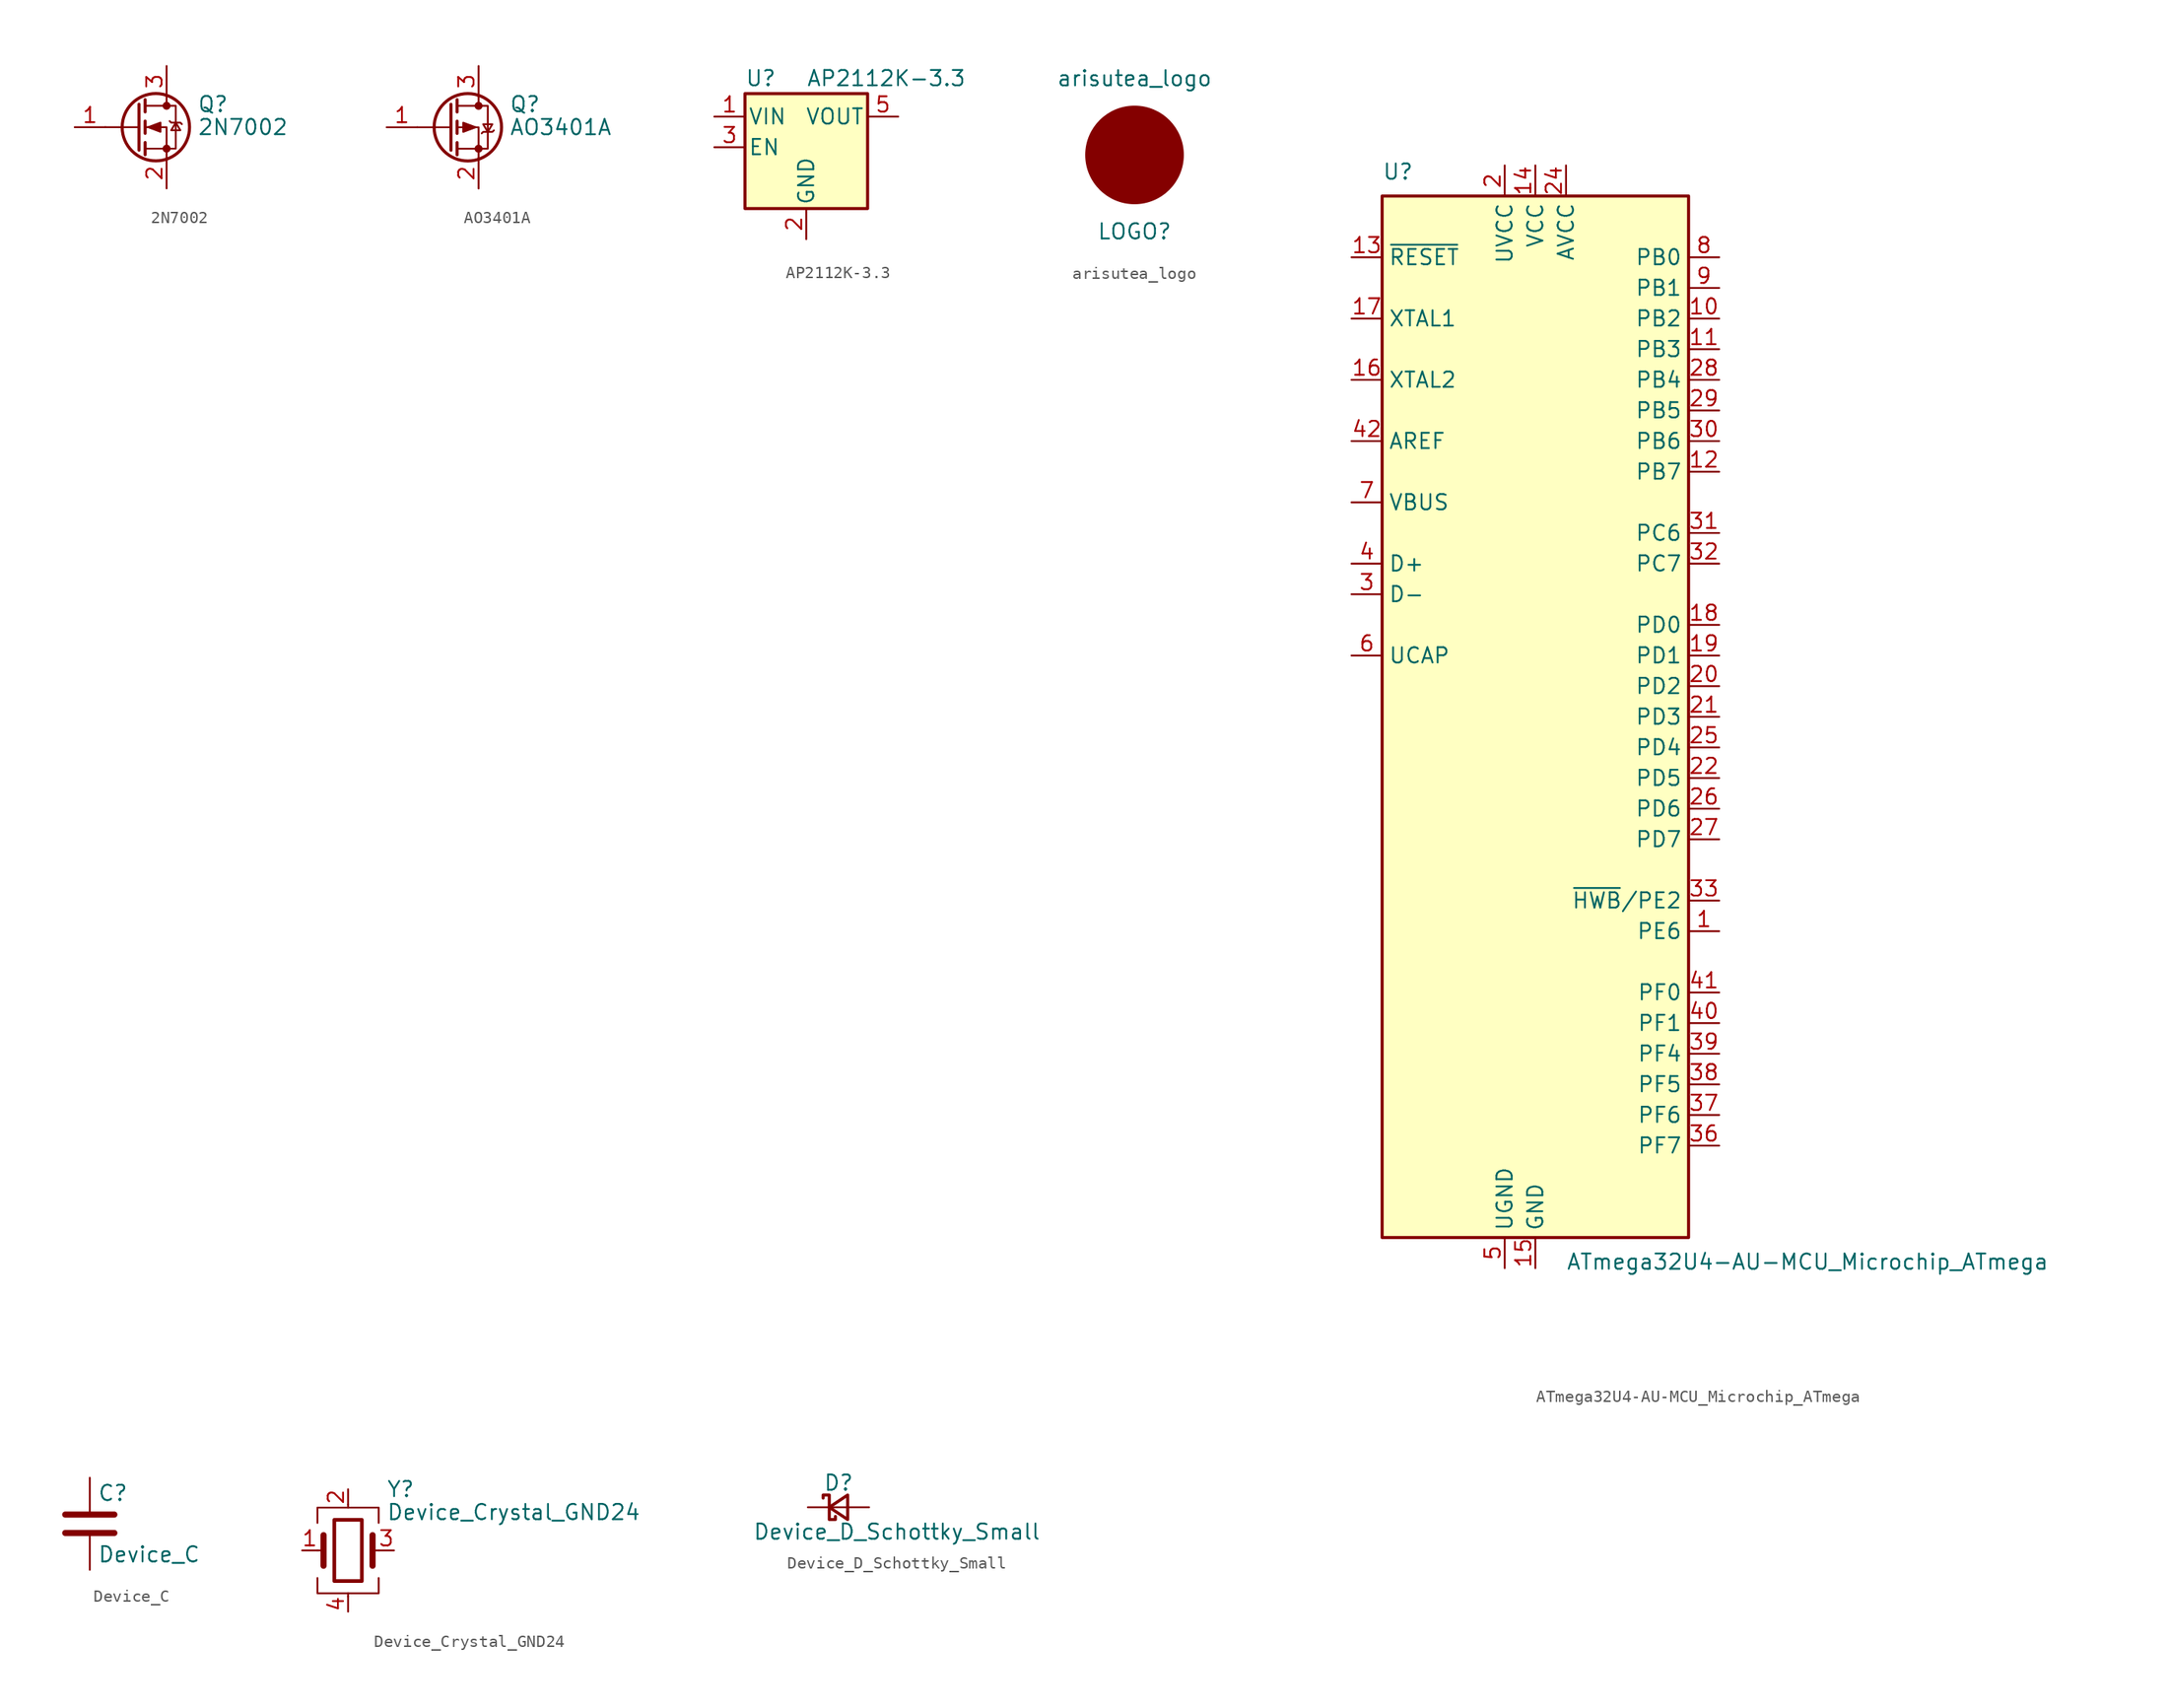
<source format=kicad_sym>
(kicad_symbol_lib
  (version 20201005)
  (generator kicad_symbol_editor)
  (symbol "arisutea-stm32:2N7002"
    (pin_names hide)
    (property "Reference" "Q"
      (at 5.08 1.905 0)
      (effects (font (size 1.27 1.27)) (justify left)))
    (property "Value" "2N7002"
      (at 5.08 0 0)
      (effects (font (size 1.27 1.27)) (justify left)))
    (symbol "2N7002_0_1"
      (circle (center 1.651 0) (radius 2.794) (stroke (width 0.254)) (fill (type none)))
      (circle (center 2.54 -1.778) (radius 0.254) (stroke (width 0)) (fill (type outline)))
      (circle (center 2.54 1.778) (radius 0.254) (stroke (width 0)) (fill (type outline)))
      (polyline (pts (xy 0.254 0) (xy -2.54 0)) (stroke (width 0)) (fill (type none)))
      (polyline (pts (xy 0.254 1.905) (xy 0.254 -1.905)) (stroke (width 0.254)) (fill (type none)))
      (polyline (pts (xy 0.762 -1.27) (xy 0.762 -2.286)) (stroke (width 0.254)) (fill (type none)))
      (polyline (pts (xy 0.762 0.508) (xy 0.762 -0.508)) (stroke (width 0.254)) (fill (type none)))
      (polyline (pts (xy 0.762 2.286) (xy 0.762 1.27)) (stroke (width 0.254)) (fill (type none)))
      (polyline (pts (xy 2.54 2.54) (xy 2.54 1.778)) (stroke (width 0)) (fill (type none)))
      (polyline (pts (xy 2.54 -2.54) (xy 2.54 0) (xy 0.762 0)) (stroke (width 0)) (fill (type none)))
      (polyline (pts (xy 0.762 -1.778) (xy 3.302 -1.778) (xy 3.302 1.778) (xy 0.762 1.778)) (stroke (width 0)) (fill (type none)))
      (polyline (pts (xy 2.794 0.508) (xy 2.921 0.381) (xy 3.683 0.381) (xy 3.81 0.254)) (stroke (width 0)) (fill (type none)))
      (polyline (pts (xy 3.302 0.381) (xy 2.921 -0.254) (xy 3.683 -0.254) (xy 3.302 0.381)) (stroke (width 0)) (fill (type none)))
      (polyline (pts (xy 1.016 0) (xy 2.032 0.381) (xy 2.032 -0.381) (xy 1.016 0)) (stroke (width 0)) (fill (type outline))))
    (symbol "2N7002_1_1"
      (pin input line (at -5.08 0 0) (length 2.54) (name "G" (effects (font (size 1.27 1.27)))) (number "1" (effects (font (size 1.27 1.27)))))
      (pin passive line (at 2.54 -5.08 90) (length 2.54) (name "S" (effects (font (size 1.27 1.27)))) (number "2" (effects (font (size 1.27 1.27)))))
      (pin passive line (at 2.54 5.08 270) (length 2.54) (name "D" (effects (font (size 1.27 1.27)))) (number "3" (effects (font (size 1.27 1.27)))))))
  (symbol "arisutea-stm32:AO3401A"
    (pin_names hide)
    (property "Reference" "Q"
      (at 5.08 1.905 0)
      (effects (font (size 1.27 1.27)) (justify left)))
    (property "Value" "AO3401A"
      (at 5.08 0 0)
      (effects (font (size 1.27 1.27)) (justify left)))
    (symbol "AO3401A_0_1"
      (circle (center 1.651 0) (radius 2.794) (stroke (width 0.254)) (fill (type none)))
      (circle (center 2.54 -1.778) (radius 0.254) (stroke (width 0)) (fill (type outline)))
      (circle (center 2.54 1.778) (radius 0.254) (stroke (width 0)) (fill (type outline)))
      (polyline (pts (xy 0.254 0) (xy -2.54 0)) (stroke (width 0)) (fill (type none)))
      (polyline (pts (xy 0.254 1.905) (xy 0.254 -1.905)) (stroke (width 0.254)) (fill (type none)))
      (polyline (pts (xy 0.762 -1.27) (xy 0.762 -2.286)) (stroke (width 0.254)) (fill (type none)))
      (polyline (pts (xy 0.762 0.508) (xy 0.762 -0.508)) (stroke (width 0.254)) (fill (type none)))
      (polyline (pts (xy 0.762 2.286) (xy 0.762 1.27)) (stroke (width 0.254)) (fill (type none)))
      (polyline (pts (xy 2.54 2.54) (xy 2.54 1.778)) (stroke (width 0)) (fill (type none)))
      (polyline (pts (xy 2.54 -2.54) (xy 2.54 0) (xy 0.762 0)) (stroke (width 0)) (fill (type none)))
      (polyline (pts (xy 0.762 1.778) (xy 3.302 1.778) (xy 3.302 -1.778) (xy 0.762 -1.778)) (stroke (width 0)) (fill (type none)))
      (polyline (pts (xy 2.794 -0.508) (xy 2.921 -0.381) (xy 3.683 -0.381) (xy 3.81 -0.254)) (stroke (width 0)) (fill (type none)))
      (polyline (pts (xy 3.302 -0.381) (xy 2.921 0.254) (xy 3.683 0.254) (xy 3.302 -0.381)) (stroke (width 0)) (fill (type none)))
      (polyline (pts (xy 2.286 0) (xy 1.27 0.381) (xy 1.27 -0.381) (xy 2.286 0)) (stroke (width 0)) (fill (type outline))))
    (symbol "AO3401A_1_1"
      (pin input line (at -5.08 0 0) (length 2.54) (name "G" (effects (font (size 1.27 1.27)))) (number "1" (effects (font (size 1.27 1.27)))))
      (pin passive line (at 2.54 -5.08 90) (length 2.54) (name "S" (effects (font (size 1.27 1.27)))) (number "2" (effects (font (size 1.27 1.27)))))
      (pin passive line (at 2.54 5.08 270) (length 2.54) (name "D" (effects (font (size 1.27 1.27)))) (number "3" (effects (font (size 1.27 1.27)))))))
  (symbol "arisutea-stm32:AP2112K-3.3"
    (pin_names
      (offset 0.254))
    (property "Reference" "U"
      (at -5.08 5.715 0)
      (effects (font (size 1.27 1.27)) (justify left)))
    (property "Value" "AP2112K-3.3"
      (at 0 5.715 0)
      (effects (font (size 1.27 1.27)) (justify left)))
    (symbol "AP2112K-3.3_0_1"
      (rectangle (start -5.08 4.445) (end 5.08 -5.08) (stroke (width 0.254)) (fill (type background))))
    (symbol "AP2112K-3.3_1_1"
      (pin power_in line (at -7.62 2.54 0) (length 2.54) (name "VIN" (effects (font (size 1.27 1.27)))) (number "1" (effects (font (size 1.27 1.27)))))
      (pin power_in line (at 0 -7.62 90) (length 2.54) (name "GND" (effects (font (size 1.27 1.27)))) (number "2" (effects (font (size 1.27 1.27)))))
      (pin input line (at -7.62 0 0) (length 2.54) (name "EN" (effects (font (size 1.27 1.27)))) (number "3" (effects (font (size 1.27 1.27)))))
      (pin no_connect line (at 5.08 0 180) (length 2.54) hide (name "NC" (effects (font (size 1.27 1.27)))) (number "4" (effects (font (size 1.27 1.27)))))
      (pin power_out line (at 7.62 2.54 180) (length 2.54) (name "VOUT" (effects (font (size 1.27 1.27)))) (number "5" (effects (font (size 1.27 1.27)))))))
  (symbol "arisutea-stm32:arisutea_logo"
    (pin_numbers hide)
    (pin_names
      (offset 0) hide)
    (property "Reference" "LOGO"
      (at 0 -6.35 0)
      (effects (font (size 1.27 1.27))))
    (property "Value" "arisutea_logo"
      (at 0 6.35 0)
      (effects (font (size 1.27 1.27))))
    (symbol "arisutea_logo_0_1"
      (circle (center 0 0) (radius 4.013) (stroke (width 0)) (fill (type outline)))))
  (symbol "arisutea-stm32:ATmega32U4-AU-MCU_Microchip_ATmega"
    (property "Reference" "U"
      (at -12.7 44.45 0)
      (effects (font (size 1.27 1.27)) (justify left bottom)))
    (property "Value" "ATmega32U4-AU-MCU_Microchip_ATmega"
      (at 2.54 -44.45 0)
      (effects (font (size 1.27 1.27)) (justify left top)))
    (symbol "ATmega32U4-AU-MCU_Microchip_ATmega_0_1"
      (rectangle (start -12.7 -43.18) (end 12.7 43.18) (stroke (width 0.254)) (fill (type background))))
    (symbol "ATmega32U4-AU-MCU_Microchip_ATmega_1_1"
      (pin tri_state line (at 15.24 -17.78 180) (length 2.54) (name "PE6" (effects (font (size 1.27 1.27)))) (number "1" (effects (font (size 1.27 1.27)))))
      (pin tri_state line (at 15.24 33.02 180) (length 2.54) (name "PB2" (effects (font (size 1.27 1.27)))) (number "10" (effects (font (size 1.27 1.27)))))
      (pin tri_state line (at 15.24 30.48 180) (length 2.54) (name "PB3" (effects (font (size 1.27 1.27)))) (number "11" (effects (font (size 1.27 1.27)))))
      (pin tri_state line (at 15.24 20.32 180) (length 2.54) (name "PB7" (effects (font (size 1.27 1.27)))) (number "12" (effects (font (size 1.27 1.27)))))
      (pin input line (at -15.24 38.1 0) (length 2.54) (name "~RESET" (effects (font (size 1.27 1.27)))) (number "13" (effects (font (size 1.27 1.27)))))
      (pin power_in line (at 0 45.72 270) (length 2.54) (name "VCC" (effects (font (size 1.27 1.27)))) (number "14" (effects (font (size 1.27 1.27)))))
      (pin power_in line (at 0 -45.72 90) (length 2.54) (name "GND" (effects (font (size 1.27 1.27)))) (number "15" (effects (font (size 1.27 1.27)))))
      (pin output line (at -15.24 27.94 0) (length 2.54) (name "XTAL2" (effects (font (size 1.27 1.27)))) (number "16" (effects (font (size 1.27 1.27)))))
      (pin input line (at -15.24 33.02 0) (length 2.54) (name "XTAL1" (effects (font (size 1.27 1.27)))) (number "17" (effects (font (size 1.27 1.27)))))
      (pin tri_state line (at 15.24 7.62 180) (length 2.54) (name "PD0" (effects (font (size 1.27 1.27)))) (number "18" (effects (font (size 1.27 1.27)))))
      (pin tri_state line (at 15.24 5.08 180) (length 2.54) (name "PD1" (effects (font (size 1.27 1.27)))) (number "19" (effects (font (size 1.27 1.27)))))
      (pin power_in line (at -2.54 45.72 270) (length 2.54) (name "UVCC" (effects (font (size 1.27 1.27)))) (number "2" (effects (font (size 1.27 1.27)))))
      (pin tri_state line (at 15.24 2.54 180) (length 2.54) (name "PD2" (effects (font (size 1.27 1.27)))) (number "20" (effects (font (size 1.27 1.27)))))
      (pin tri_state line (at 15.24 0 180) (length 2.54) (name "PD3" (effects (font (size 1.27 1.27)))) (number "21" (effects (font (size 1.27 1.27)))))
      (pin tri_state line (at 15.24 -5.08 180) (length 2.54) (name "PD5" (effects (font (size 1.27 1.27)))) (number "22" (effects (font (size 1.27 1.27)))))
      (pin passive line (at 0 -45.72 90) (length 2.54) hide (name "GND" (effects (font (size 1.27 1.27)))) (number "23" (effects (font (size 1.27 1.27)))))
      (pin power_in line (at 2.54 45.72 270) (length 2.54) (name "AVCC" (effects (font (size 1.27 1.27)))) (number "24" (effects (font (size 1.27 1.27)))))
      (pin tri_state line (at 15.24 -2.54 180) (length 2.54) (name "PD4" (effects (font (size 1.27 1.27)))) (number "25" (effects (font (size 1.27 1.27)))))
      (pin tri_state line (at 15.24 -7.62 180) (length 2.54) (name "PD6" (effects (font (size 1.27 1.27)))) (number "26" (effects (font (size 1.27 1.27)))))
      (pin tri_state line (at 15.24 -10.16 180) (length 2.54) (name "PD7" (effects (font (size 1.27 1.27)))) (number "27" (effects (font (size 1.27 1.27)))))
      (pin tri_state line (at 15.24 27.94 180) (length 2.54) (name "PB4" (effects (font (size 1.27 1.27)))) (number "28" (effects (font (size 1.27 1.27)))))
      (pin tri_state line (at 15.24 25.4 180) (length 2.54) (name "PB5" (effects (font (size 1.27 1.27)))) (number "29" (effects (font (size 1.27 1.27)))))
      (pin bidirectional line (at -15.24 10.16 0) (length 2.54) (name "D-" (effects (font (size 1.27 1.27)))) (number "3" (effects (font (size 1.27 1.27)))))
      (pin tri_state line (at 15.24 22.86 180) (length 2.54) (name "PB6" (effects (font (size 1.27 1.27)))) (number "30" (effects (font (size 1.27 1.27)))))
      (pin tri_state line (at 15.24 15.24 180) (length 2.54) (name "PC6" (effects (font (size 1.27 1.27)))) (number "31" (effects (font (size 1.27 1.27)))))
      (pin tri_state line (at 15.24 12.7 180) (length 2.54) (name "PC7" (effects (font (size 1.27 1.27)))) (number "32" (effects (font (size 1.27 1.27)))))
      (pin tri_state line (at 15.24 -15.24 180) (length 2.54) (name "~HWB~/PE2" (effects (font (size 1.27 1.27)))) (number "33" (effects (font (size 1.27 1.27)))))
      (pin passive line (at 0 45.72 270) (length 2.54) hide (name "VCC" (effects (font (size 1.27 1.27)))) (number "34" (effects (font (size 1.27 1.27)))))
      (pin passive line (at 0 -45.72 90) (length 2.54) hide (name "GND" (effects (font (size 1.27 1.27)))) (number "35" (effects (font (size 1.27 1.27)))))
      (pin tri_state line (at 15.24 -35.56 180) (length 2.54) (name "PF7" (effects (font (size 1.27 1.27)))) (number "36" (effects (font (size 1.27 1.27)))))
      (pin tri_state line (at 15.24 -33.02 180) (length 2.54) (name "PF6" (effects (font (size 1.27 1.27)))) (number "37" (effects (font (size 1.27 1.27)))))
      (pin tri_state line (at 15.24 -30.48 180) (length 2.54) (name "PF5" (effects (font (size 1.27 1.27)))) (number "38" (effects (font (size 1.27 1.27)))))
      (pin tri_state line (at 15.24 -27.94 180) (length 2.54) (name "PF4" (effects (font (size 1.27 1.27)))) (number "39" (effects (font (size 1.27 1.27)))))
      (pin bidirectional line (at -15.24 12.7 0) (length 2.54) (name "D+" (effects (font (size 1.27 1.27)))) (number "4" (effects (font (size 1.27 1.27)))))
      (pin tri_state line (at 15.24 -25.4 180) (length 2.54) (name "PF1" (effects (font (size 1.27 1.27)))) (number "40" (effects (font (size 1.27 1.27)))))
      (pin tri_state line (at 15.24 -22.86 180) (length 2.54) (name "PF0" (effects (font (size 1.27 1.27)))) (number "41" (effects (font (size 1.27 1.27)))))
      (pin passive line (at -15.24 22.86 0) (length 2.54) (name "AREF" (effects (font (size 1.27 1.27)))) (number "42" (effects (font (size 1.27 1.27)))))
      (pin passive line (at 0 -45.72 90) (length 2.54) hide (name "GND" (effects (font (size 1.27 1.27)))) (number "43" (effects (font (size 1.27 1.27)))))
      (pin passive line (at 2.54 45.72 270) (length 2.54) hide (name "AVCC" (effects (font (size 1.27 1.27)))) (number "44" (effects (font (size 1.27 1.27)))))
      (pin passive line (at -2.54 -45.72 90) (length 2.54) (name "UGND" (effects (font (size 1.27 1.27)))) (number "5" (effects (font (size 1.27 1.27)))))
      (pin passive line (at -15.24 5.08 0) (length 2.54) (name "UCAP" (effects (font (size 1.27 1.27)))) (number "6" (effects (font (size 1.27 1.27)))))
      (pin input line (at -15.24 17.78 0) (length 2.54) (name "VBUS" (effects (font (size 1.27 1.27)))) (number "7" (effects (font (size 1.27 1.27)))))
      (pin tri_state line (at 15.24 38.1 180) (length 2.54) (name "PB0" (effects (font (size 1.27 1.27)))) (number "8" (effects (font (size 1.27 1.27)))))
      (pin tri_state line (at 15.24 35.56 180) (length 2.54) (name "PB1" (effects (font (size 1.27 1.27)))) (number "9" (effects (font (size 1.27 1.27)))))))
  (symbol "arisutea-stm32:Device_C"
    (pin_numbers hide)
    (pin_names
      (offset 0.254))
    (property "Reference" "C"
      (at 0.635 2.54 0)
      (effects (font (size 1.27 1.27)) (justify left)))
    (property "Value" "Device_C"
      (at 0.635 -2.54 0)
      (effects (font (size 1.27 1.27)) (justify left)))
    (symbol "Device_C_0_1"
      (polyline (pts (xy -2.032 -0.762) (xy 2.032 -0.762)) (stroke (width 0.508)) (fill (type none)))
      (polyline (pts (xy -2.032 0.762) (xy 2.032 0.762)) (stroke (width 0.508)) (fill (type none))))
    (symbol "Device_C_1_1"
      (pin passive line (at 0 3.81 270) (length 2.794) (name "~" (effects (font (size 1.27 1.27)))) (number "1" (effects (font (size 1.27 1.27)))))
      (pin passive line (at 0 -3.81 90) (length 2.794) (name "~" (effects (font (size 1.27 1.27)))) (number "2" (effects (font (size 1.27 1.27)))))))
  (symbol "arisutea-stm32:Device_Crystal_GND24"
    (pin_names
      (offset 1.016) hide)
    (property "Reference" "Y"
      (at 3.175 5.08 0)
      (effects (font (size 1.27 1.27)) (justify left)))
    (property "Value" "Device_Crystal_GND24"
      (at 3.175 3.175 0)
      (effects (font (size 1.27 1.27)) (justify left)))
    (symbol "Device_Crystal_GND24_0_1"
      (rectangle (start -1.143 2.54) (end 1.143 -2.54) (stroke (width 0.305)) (fill (type none)))
      (polyline (pts (xy -2.54 0) (xy -2.032 0)) (stroke (width 0)) (fill (type none)))
      (polyline (pts (xy -2.032 -1.27) (xy -2.032 1.27)) (stroke (width 0.508)) (fill (type none)))
      (polyline (pts (xy 0 -3.81) (xy 0 -3.556)) (stroke (width 0)) (fill (type none)))
      (polyline (pts (xy 0 3.556) (xy 0 3.81)) (stroke (width 0)) (fill (type none)))
      (polyline (pts (xy 2.032 -1.27) (xy 2.032 1.27)) (stroke (width 0.508)) (fill (type none)))
      (polyline (pts (xy 2.032 0) (xy 2.54 0)) (stroke (width 0)) (fill (type none)))
      (polyline (pts (xy -2.54 -2.286) (xy -2.54 -3.556) (xy 2.54 -3.556) (xy 2.54 -2.286)) (stroke (width 0)) (fill (type none)))
      (polyline (pts (xy -2.54 2.286) (xy -2.54 3.556) (xy 2.54 3.556) (xy 2.54 2.286)) (stroke (width 0)) (fill (type none))))
    (symbol "Device_Crystal_GND24_1_1"
      (pin passive line (at -3.81 0 0) (length 1.27) (name "1" (effects (font (size 1.27 1.27)))) (number "1" (effects (font (size 1.27 1.27)))))
      (pin passive line (at 0 5.08 270) (length 1.27) (name "2" (effects (font (size 1.27 1.27)))) (number "2" (effects (font (size 1.27 1.27)))))
      (pin passive line (at 3.81 0 180) (length 1.27) (name "3" (effects (font (size 1.27 1.27)))) (number "3" (effects (font (size 1.27 1.27)))))
      (pin passive line (at 0 -5.08 90) (length 1.27) (name "4" (effects (font (size 1.27 1.27)))) (number "4" (effects (font (size 1.27 1.27)))))))
  (symbol "arisutea-stm32:Device_D_Schottky_Small"
    (pin_numbers hide)
    (pin_names
      (offset 0.254) hide)
    (property "Reference" "D"
      (at -1.27 2.032 0)
      (effects (font (size 1.27 1.27)) (justify left)))
    (property "Value" "Device_D_Schottky_Small"
      (at -7.112 -2.032 0)
      (effects (font (size 1.27 1.27)) (justify left)))
    (symbol "Device_D_Schottky_Small_0_1"
      (polyline (pts (xy -0.762 0) (xy 0.762 0)) (stroke (width 0)) (fill (type none)))
      (polyline (pts (xy 0.762 -1.016) (xy -0.762 0) (xy 0.762 1.016) (xy 0.762 -1.016)) (stroke (width 0.254)) (fill (type none)))
      (polyline (pts (xy -1.27 0.762) (xy -1.27 1.016) (xy -0.762 1.016) (xy -0.762 -1.016) (xy -0.254 -1.016) (xy -0.254 -0.762)) (stroke (width 0.254)) (fill (type none))))
    (symbol "Device_D_Schottky_Small_1_1"
      (pin passive line (at -2.54 0 0) (length 1.778) (name "K" (effects (font (size 1.27 1.27)))) (number "1" (effects (font (size 1.27 1.27)))))
      (pin passive line (at 2.54 0 180) (length 1.778) (name "A" (effects (font (size 1.27 1.27)))) (number "2" (effects (font (size 1.27 1.27))))))))
</source>
